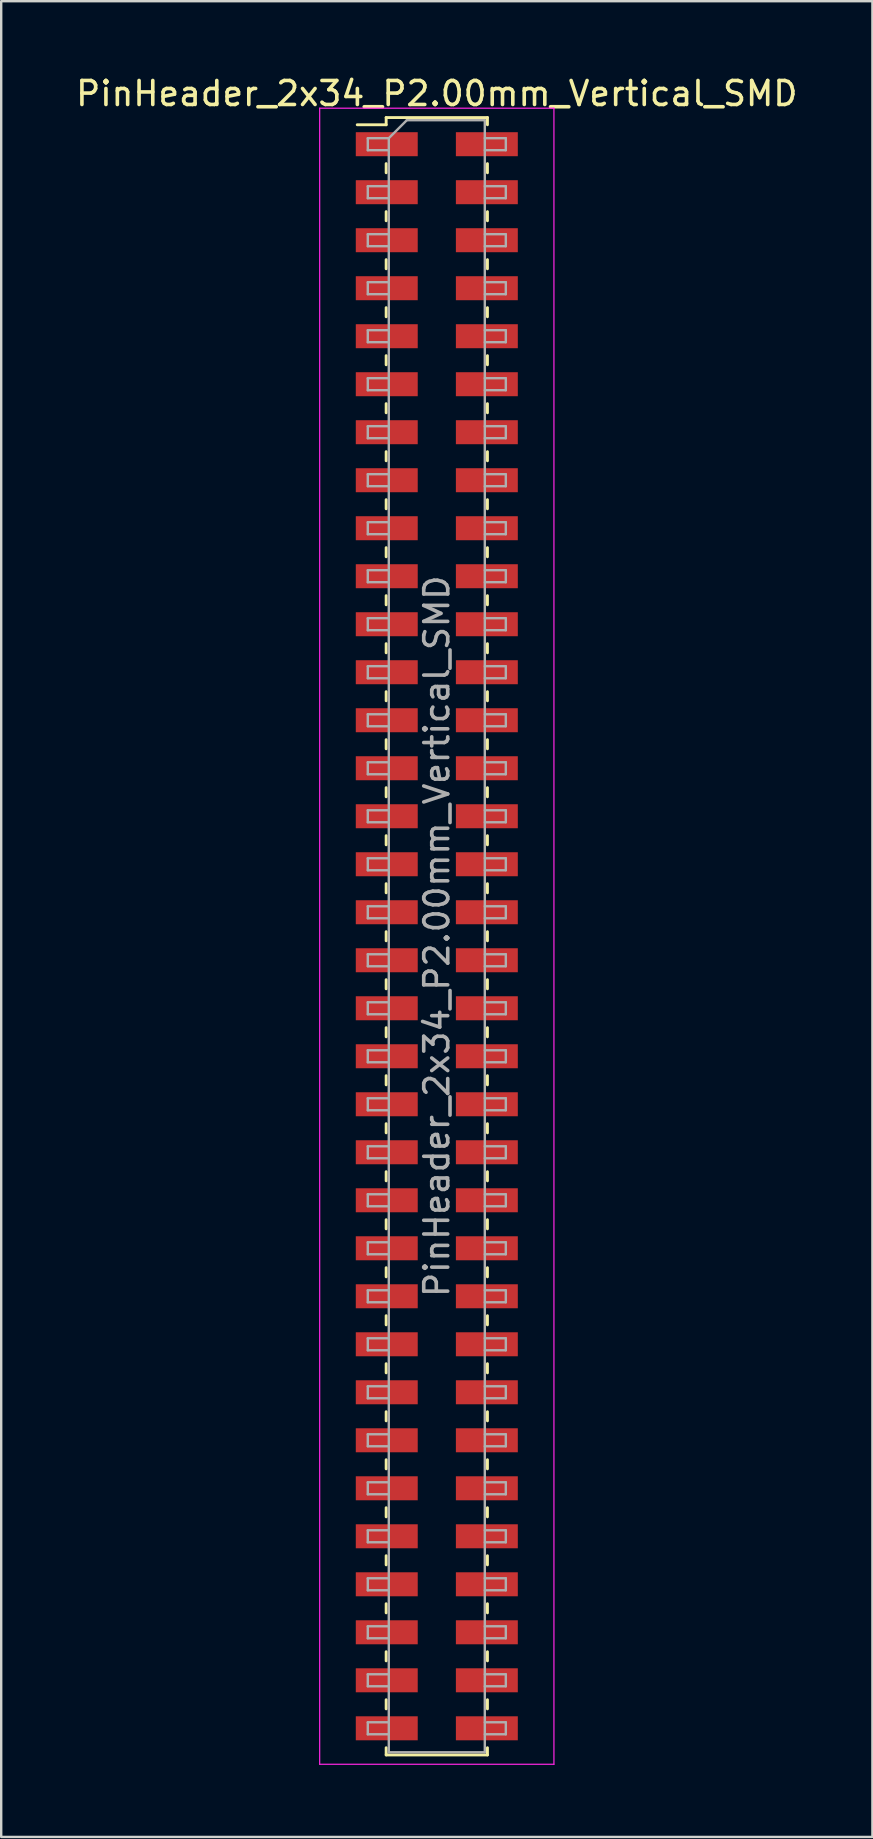
<source format=kicad_pcb>
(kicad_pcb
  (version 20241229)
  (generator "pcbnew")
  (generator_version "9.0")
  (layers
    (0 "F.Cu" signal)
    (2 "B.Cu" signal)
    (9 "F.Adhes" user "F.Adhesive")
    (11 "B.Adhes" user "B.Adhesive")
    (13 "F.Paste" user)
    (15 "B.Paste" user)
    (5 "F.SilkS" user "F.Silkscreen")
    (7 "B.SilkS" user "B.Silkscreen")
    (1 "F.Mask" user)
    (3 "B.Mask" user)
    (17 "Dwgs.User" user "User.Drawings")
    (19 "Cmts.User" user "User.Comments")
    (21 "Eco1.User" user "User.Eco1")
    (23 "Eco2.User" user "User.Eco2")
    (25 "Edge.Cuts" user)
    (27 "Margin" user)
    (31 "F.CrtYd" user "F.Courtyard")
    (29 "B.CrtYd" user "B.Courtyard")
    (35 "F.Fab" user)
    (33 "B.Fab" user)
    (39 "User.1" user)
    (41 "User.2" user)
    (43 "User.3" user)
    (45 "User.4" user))
  (footprint "PinHeader_2x34_P2.00mm_Vertical_SMD"
    (layer "F.Cu")
    (at 15.149 35.958)
    (property "Reference" "PinHeader_2x34_P2.00mm_Vertical_SMD" (at 0 -35.11 0) (layer "F.SilkS") (effects (font (size 1 1) (thickness 0.15))))
    (attr smd)
    (fp_line (start -3.315 -33.81) (end -2.11 -33.81) (stroke (width 0.12) (type solid)) (layer "F.SilkS"))
    (fp_line (start -2.11 -34.11) (end -2.11 -33.81) (stroke (width 0.12) (type solid)) (layer "F.SilkS"))
    (fp_line (start -2.11 -34.11) (end 2.11 -34.11) (stroke (width 0.12) (type solid)) (layer "F.SilkS"))
    (fp_line (start -2.11 -32.19) (end -2.11 -31.81) (stroke (width 0.12) (type solid)) (layer "F.SilkS"))
    (fp_line (start -2.11 -30.19) (end -2.11 -29.81) (stroke (width 0.12) (type solid)) (layer "F.SilkS"))
    (fp_line (start -2.11 -28.19) (end -2.11 -27.81) (stroke (width 0.12) (type solid)) (layer "F.SilkS"))
    (fp_line (start -2.11 -26.19) (end -2.11 -25.81) (stroke (width 0.12) (type solid)) (layer "F.SilkS"))
    (fp_line (start -2.11 -24.19) (end -2.11 -23.81) (stroke (width 0.12) (type solid)) (layer "F.SilkS"))
    (fp_line (start -2.11 -22.19) (end -2.11 -21.81) (stroke (width 0.12) (type solid)) (layer "F.SilkS"))
    (fp_line (start -2.11 -20.19) (end -2.11 -19.81) (stroke (width 0.12) (type solid)) (layer "F.SilkS"))
    (fp_line (start -2.11 -18.19) (end -2.11 -17.81) (stroke (width 0.12) (type solid)) (layer "F.SilkS"))
    (fp_line (start -2.11 -16.19) (end -2.11 -15.81) (stroke (width 0.12) (type solid)) (layer "F.SilkS"))
    (fp_line (start -2.11 -14.19) (end -2.11 -13.81) (stroke (width 0.12) (type solid)) (layer "F.SilkS"))
    (fp_line (start -2.11 -12.19) (end -2.11 -11.81) (stroke (width 0.12) (type solid)) (layer "F.SilkS"))
    (fp_line (start -2.11 -10.19) (end -2.11 -9.81) (stroke (width 0.12) (type solid)) (layer "F.SilkS"))
    (fp_line (start -2.11 -8.19) (end -2.11 -7.81) (stroke (width 0.12) (type solid)) (layer "F.SilkS"))
    (fp_line (start -2.11 -6.19) (end -2.11 -5.81) (stroke (width 0.12) (type solid)) (layer "F.SilkS"))
    (fp_line (start -2.11 -4.19) (end -2.11 -3.81) (stroke (width 0.12) (type solid)) (layer "F.SilkS"))
    (fp_line (start -2.11 -2.19) (end -2.11 -1.81) (stroke (width 0.12) (type solid)) (layer "F.SilkS"))
    (fp_line (start -2.11 -0.19) (end -2.11 0.19) (stroke (width 0.12) (type solid)) (layer "F.SilkS"))
    (fp_line (start -2.11 1.81) (end -2.11 2.19) (stroke (width 0.12) (type solid)) (layer "F.SilkS"))
    (fp_line (start -2.11 3.81) (end -2.11 4.19) (stroke (width 0.12) (type solid)) (layer "F.SilkS"))
    (fp_line (start -2.11 5.81) (end -2.11 6.19) (stroke (width 0.12) (type solid)) (layer "F.SilkS"))
    (fp_line (start -2.11 7.81) (end -2.11 8.19) (stroke (width 0.12) (type solid)) (layer "F.SilkS"))
    (fp_line (start -2.11 9.81) (end -2.11 10.19) (stroke (width 0.12) (type solid)) (layer "F.SilkS"))
    (fp_line (start -2.11 11.81) (end -2.11 12.19) (stroke (width 0.12) (type solid)) (layer "F.SilkS"))
    (fp_line (start -2.11 13.81) (end -2.11 14.19) (stroke (width 0.12) (type solid)) (layer "F.SilkS"))
    (fp_line (start -2.11 15.81) (end -2.11 16.19) (stroke (width 0.12) (type solid)) (layer "F.SilkS"))
    (fp_line (start -2.11 17.81) (end -2.11 18.19) (stroke (width 0.12) (type solid)) (layer "F.SilkS"))
    (fp_line (start -2.11 19.81) (end -2.11 20.19) (stroke (width 0.12) (type solid)) (layer "F.SilkS"))
    (fp_line (start -2.11 21.81) (end -2.11 22.19) (stroke (width 0.12) (type solid)) (layer "F.SilkS"))
    (fp_line (start -2.11 23.81) (end -2.11 24.19) (stroke (width 0.12) (type solid)) (layer "F.SilkS"))
    (fp_line (start -2.11 25.81) (end -2.11 26.19) (stroke (width 0.12) (type solid)) (layer "F.SilkS"))
    (fp_line (start -2.11 27.81) (end -2.11 28.19) (stroke (width 0.12) (type solid)) (layer "F.SilkS"))
    (fp_line (start -2.11 29.81) (end -2.11 30.19) (stroke (width 0.12) (type solid)) (layer "F.SilkS"))
    (fp_line (start -2.11 31.81) (end -2.11 32.19) (stroke (width 0.12) (type solid)) (layer "F.SilkS"))
    (fp_line (start -2.11 33.81) (end -2.11 34.11) (stroke (width 0.12) (type solid)) (layer "F.SilkS"))
    (fp_line (start -2.11 34.11) (end 2.11 34.11) (stroke (width 0.12) (type solid)) (layer "F.SilkS"))
    (fp_line (start 2.11 -34.11) (end 2.11 -33.81) (stroke (width 0.12) (type solid)) (layer "F.SilkS"))
    (fp_line (start 2.11 -32.19) (end 2.11 -31.81) (stroke (width 0.12) (type solid)) (layer "F.SilkS"))
    (fp_line (start 2.11 -30.19) (end 2.11 -29.81) (stroke (width 0.12) (type solid)) (layer "F.SilkS"))
    (fp_line (start 2.11 -28.19) (end 2.11 -27.81) (stroke (width 0.12) (type solid)) (layer "F.SilkS"))
    (fp_line (start 2.11 -26.19) (end 2.11 -25.81) (stroke (width 0.12) (type solid)) (layer "F.SilkS"))
    (fp_line (start 2.11 -24.19) (end 2.11 -23.81) (stroke (width 0.12) (type solid)) (layer "F.SilkS"))
    (fp_line (start 2.11 -22.19) (end 2.11 -21.81) (stroke (width 0.12) (type solid)) (layer "F.SilkS"))
    (fp_line (start 2.11 -20.19) (end 2.11 -19.81) (stroke (width 0.12) (type solid)) (layer "F.SilkS"))
    (fp_line (start 2.11 -18.19) (end 2.11 -17.81) (stroke (width 0.12) (type solid)) (layer "F.SilkS"))
    (fp_line (start 2.11 -16.19) (end 2.11 -15.81) (stroke (width 0.12) (type solid)) (layer "F.SilkS"))
    (fp_line (start 2.11 -14.19) (end 2.11 -13.81) (stroke (width 0.12) (type solid)) (layer "F.SilkS"))
    (fp_line (start 2.11 -12.19) (end 2.11 -11.81) (stroke (width 0.12) (type solid)) (layer "F.SilkS"))
    (fp_line (start 2.11 -10.19) (end 2.11 -9.81) (stroke (width 0.12) (type solid)) (layer "F.SilkS"))
    (fp_line (start 2.11 -8.19) (end 2.11 -7.81) (stroke (width 0.12) (type solid)) (layer "F.SilkS"))
    (fp_line (start 2.11 -6.19) (end 2.11 -5.81) (stroke (width 0.12) (type solid)) (layer "F.SilkS"))
    (fp_line (start 2.11 -4.19) (end 2.11 -3.81) (stroke (width 0.12) (type solid)) (layer "F.SilkS"))
    (fp_line (start 2.11 -2.19) (end 2.11 -1.81) (stroke (width 0.12) (type solid)) (layer "F.SilkS"))
    (fp_line (start 2.11 -0.19) (end 2.11 0.19) (stroke (width 0.12) (type solid)) (layer "F.SilkS"))
    (fp_line (start 2.11 1.81) (end 2.11 2.19) (stroke (width 0.12) (type solid)) (layer "F.SilkS"))
    (fp_line (start 2.11 3.81) (end 2.11 4.19) (stroke (width 0.12) (type solid)) (layer "F.SilkS"))
    (fp_line (start 2.11 5.81) (end 2.11 6.19) (stroke (width 0.12) (type solid)) (layer "F.SilkS"))
    (fp_line (start 2.11 7.81) (end 2.11 8.19) (stroke (width 0.12) (type solid)) (layer "F.SilkS"))
    (fp_line (start 2.11 9.81) (end 2.11 10.19) (stroke (width 0.12) (type solid)) (layer "F.SilkS"))
    (fp_line (start 2.11 11.81) (end 2.11 12.19) (stroke (width 0.12) (type solid)) (layer "F.SilkS"))
    (fp_line (start 2.11 13.81) (end 2.11 14.19) (stroke (width 0.12) (type solid)) (layer "F.SilkS"))
    (fp_line (start 2.11 15.81) (end 2.11 16.19) (stroke (width 0.12) (type solid)) (layer "F.SilkS"))
    (fp_line (start 2.11 17.81) (end 2.11 18.19) (stroke (width 0.12) (type solid)) (layer "F.SilkS"))
    (fp_line (start 2.11 19.81) (end 2.11 20.19) (stroke (width 0.12) (type solid)) (layer "F.SilkS"))
    (fp_line (start 2.11 21.81) (end 2.11 22.19) (stroke (width 0.12) (type solid)) (layer "F.SilkS"))
    (fp_line (start 2.11 23.81) (end 2.11 24.19) (stroke (width 0.12) (type solid)) (layer "F.SilkS"))
    (fp_line (start 2.11 25.81) (end 2.11 26.19) (stroke (width 0.12) (type solid)) (layer "F.SilkS"))
    (fp_line (start 2.11 27.81) (end 2.11 28.19) (stroke (width 0.12) (type solid)) (layer "F.SilkS"))
    (fp_line (start 2.11 29.81) (end 2.11 30.19) (stroke (width 0.12) (type solid)) (layer "F.SilkS"))
    (fp_line (start 2.11 31.81) (end 2.11 32.19) (stroke (width 0.12) (type solid)) (layer "F.SilkS"))
    (fp_line (start 2.11 33.81) (end 2.11 34.11) (stroke (width 0.12) (type solid)) (layer "F.SilkS"))
    (fp_line (start -4.88 -34.5) (end -4.88 34.5) (stroke (width 0.05) (type solid)) (layer "F.CrtYd"))
    (fp_line (start -4.88 34.5) (end 4.88 34.5) (stroke (width 0.05) (type solid)) (layer "F.CrtYd"))
    (fp_line (start 4.88 -34.5) (end -4.88 -34.5) (stroke (width 0.05) (type solid)) (layer "F.CrtYd"))
    (fp_line (start 4.88 34.5) (end 4.88 -34.5) (stroke (width 0.05) (type solid)) (layer "F.CrtYd"))
    (fp_line (start -2.875 -33.25) (end -2.875 -32.75) (stroke (width 0.1) (type solid)) (layer "F.Fab"))
    (fp_line (start -2.875 -32.75) (end -2 -32.75) (stroke (width 0.1) (type solid)) (layer "F.Fab"))
    (fp_line (start -2.875 -31.25) (end -2.875 -30.75) (stroke (width 0.1) (type solid)) (layer "F.Fab"))
    (fp_line (start -2.875 -30.75) (end -2 -30.75) (stroke (width 0.1) (type solid)) (layer "F.Fab"))
    (fp_line (start -2.875 -29.25) (end -2.875 -28.75) (stroke (width 0.1) (type solid)) (layer "F.Fab"))
    (fp_line (start -2.875 -28.75) (end -2 -28.75) (stroke (width 0.1) (type solid)) (layer "F.Fab"))
    (fp_line (start -2.875 -27.25) (end -2.875 -26.75) (stroke (width 0.1) (type solid)) (layer "F.Fab"))
    (fp_line (start -2.875 -26.75) (end -2 -26.75) (stroke (width 0.1) (type solid)) (layer "F.Fab"))
    (fp_line (start -2.875 -25.25) (end -2.875 -24.75) (stroke (width 0.1) (type solid)) (layer "F.Fab"))
    (fp_line (start -2.875 -24.75) (end -2 -24.75) (stroke (width 0.1) (type solid)) (layer "F.Fab"))
    (fp_line (start -2.875 -23.25) (end -2.875 -22.75) (stroke (width 0.1) (type solid)) (layer "F.Fab"))
    (fp_line (start -2.875 -22.75) (end -2 -22.75) (stroke (width 0.1) (type solid)) (layer "F.Fab"))
    (fp_line (start -2.875 -21.25) (end -2.875 -20.75) (stroke (width 0.1) (type solid)) (layer "F.Fab"))
    (fp_line (start -2.875 -20.75) (end -2 -20.75) (stroke (width 0.1) (type solid)) (layer "F.Fab"))
    (fp_line (start -2.875 -19.25) (end -2.875 -18.75) (stroke (width 0.1) (type solid)) (layer "F.Fab"))
    (fp_line (start -2.875 -18.75) (end -2 -18.75) (stroke (width 0.1) (type solid)) (layer "F.Fab"))
    (fp_line (start -2.875 -17.25) (end -2.875 -16.75) (stroke (width 0.1) (type solid)) (layer "F.Fab"))
    (fp_line (start -2.875 -16.75) (end -2 -16.75) (stroke (width 0.1) (type solid)) (layer "F.Fab"))
    (fp_line (start -2.875 -15.25) (end -2.875 -14.75) (stroke (width 0.1) (type solid)) (layer "F.Fab"))
    (fp_line (start -2.875 -14.75) (end -2 -14.75) (stroke (width 0.1) (type solid)) (layer "F.Fab"))
    (fp_line (start -2.875 -13.25) (end -2.875 -12.75) (stroke (width 0.1) (type solid)) (layer "F.Fab"))
    (fp_line (start -2.875 -12.75) (end -2 -12.75) (stroke (width 0.1) (type solid)) (layer "F.Fab"))
    (fp_line (start -2.875 -11.25) (end -2.875 -10.75) (stroke (width 0.1) (type solid)) (layer "F.Fab"))
    (fp_line (start -2.875 -10.75) (end -2 -10.75) (stroke (width 0.1) (type solid)) (layer "F.Fab"))
    (fp_line (start -2.875 -9.25) (end -2.875 -8.75) (stroke (width 0.1) (type solid)) (layer "F.Fab"))
    (fp_line (start -2.875 -8.75) (end -2 -8.75) (stroke (width 0.1) (type solid)) (layer "F.Fab"))
    (fp_line (start -2.875 -7.25) (end -2.875 -6.75) (stroke (width 0.1) (type solid)) (layer "F.Fab"))
    (fp_line (start -2.875 -6.75) (end -2 -6.75) (stroke (width 0.1) (type solid)) (layer "F.Fab"))
    (fp_line (start -2.875 -5.25) (end -2.875 -4.75) (stroke (width 0.1) (type solid)) (layer "F.Fab"))
    (fp_line (start -2.875 -4.75) (end -2 -4.75) (stroke (width 0.1) (type solid)) (layer "F.Fab"))
    (fp_line (start -2.875 -3.25) (end -2.875 -2.75) (stroke (width 0.1) (type solid)) (layer "F.Fab"))
    (fp_line (start -2.875 -2.75) (end -2 -2.75) (stroke (width 0.1) (type solid)) (layer "F.Fab"))
    (fp_line (start -2.875 -1.25) (end -2.875 -0.75) (stroke (width 0.1) (type solid)) (layer "F.Fab"))
    (fp_line (start -2.875 -0.75) (end -2 -0.75) (stroke (width 0.1) (type solid)) (layer "F.Fab"))
    (fp_line (start -2.875 0.75) (end -2.875 1.25) (stroke (width 0.1) (type solid)) (layer "F.Fab"))
    (fp_line (start -2.875 1.25) (end -2 1.25) (stroke (width 0.1) (type solid)) (layer "F.Fab"))
    (fp_line (start -2.875 2.75) (end -2.875 3.25) (stroke (width 0.1) (type solid)) (layer "F.Fab"))
    (fp_line (start -2.875 3.25) (end -2 3.25) (stroke (width 0.1) (type solid)) (layer "F.Fab"))
    (fp_line (start -2.875 4.75) (end -2.875 5.25) (stroke (width 0.1) (type solid)) (layer "F.Fab"))
    (fp_line (start -2.875 5.25) (end -2 5.25) (stroke (width 0.1) (type solid)) (layer "F.Fab"))
    (fp_line (start -2.875 6.75) (end -2.875 7.25) (stroke (width 0.1) (type solid)) (layer "F.Fab"))
    (fp_line (start -2.875 7.25) (end -2 7.25) (stroke (width 0.1) (type solid)) (layer "F.Fab"))
    (fp_line (start -2.875 8.75) (end -2.875 9.25) (stroke (width 0.1) (type solid)) (layer "F.Fab"))
    (fp_line (start -2.875 9.25) (end -2 9.25) (stroke (width 0.1) (type solid)) (layer "F.Fab"))
    (fp_line (start -2.875 10.75) (end -2.875 11.25) (stroke (width 0.1) (type solid)) (layer "F.Fab"))
    (fp_line (start -2.875 11.25) (end -2 11.25) (stroke (width 0.1) (type solid)) (layer "F.Fab"))
    (fp_line (start -2.875 12.75) (end -2.875 13.25) (stroke (width 0.1) (type solid)) (layer "F.Fab"))
    (fp_line (start -2.875 13.25) (end -2 13.25) (stroke (width 0.1) (type solid)) (layer "F.Fab"))
    (fp_line (start -2.875 14.75) (end -2.875 15.25) (stroke (width 0.1) (type solid)) (layer "F.Fab"))
    (fp_line (start -2.875 15.25) (end -2 15.25) (stroke (width 0.1) (type solid)) (layer "F.Fab"))
    (fp_line (start -2.875 16.75) (end -2.875 17.25) (stroke (width 0.1) (type solid)) (layer "F.Fab"))
    (fp_line (start -2.875 17.25) (end -2 17.25) (stroke (width 0.1) (type solid)) (layer "F.Fab"))
    (fp_line (start -2.875 18.75) (end -2.875 19.25) (stroke (width 0.1) (type solid)) (layer "F.Fab"))
    (fp_line (start -2.875 19.25) (end -2 19.25) (stroke (width 0.1) (type solid)) (layer "F.Fab"))
    (fp_line (start -2.875 20.75) (end -2.875 21.25) (stroke (width 0.1) (type solid)) (layer "F.Fab"))
    (fp_line (start -2.875 21.25) (end -2 21.25) (stroke (width 0.1) (type solid)) (layer "F.Fab"))
    (fp_line (start -2.875 22.75) (end -2.875 23.25) (stroke (width 0.1) (type solid)) (layer "F.Fab"))
    (fp_line (start -2.875 23.25) (end -2 23.25) (stroke (width 0.1) (type solid)) (layer "F.Fab"))
    (fp_line (start -2.875 24.75) (end -2.875 25.25) (stroke (width 0.1) (type solid)) (layer "F.Fab"))
    (fp_line (start -2.875 25.25) (end -2 25.25) (stroke (width 0.1) (type solid)) (layer "F.Fab"))
    (fp_line (start -2.875 26.75) (end -2.875 27.25) (stroke (width 0.1) (type solid)) (layer "F.Fab"))
    (fp_line (start -2.875 27.25) (end -2 27.25) (stroke (width 0.1) (type solid)) (layer "F.Fab"))
    (fp_line (start -2.875 28.75) (end -2.875 29.25) (stroke (width 0.1) (type solid)) (layer "F.Fab"))
    (fp_line (start -2.875 29.25) (end -2 29.25) (stroke (width 0.1) (type solid)) (layer "F.Fab"))
    (fp_line (start -2.875 30.75) (end -2.875 31.25) (stroke (width 0.1) (type solid)) (layer "F.Fab"))
    (fp_line (start -2.875 31.25) (end -2 31.25) (stroke (width 0.1) (type solid)) (layer "F.Fab"))
    (fp_line (start -2.875 32.75) (end -2.875 33.25) (stroke (width 0.1) (type solid)) (layer "F.Fab"))
    (fp_line (start -2.875 33.25) (end -2 33.25) (stroke (width 0.1) (type solid)) (layer "F.Fab"))
    (fp_line (start -2 -33.25) (end -2.875 -33.25) (stroke (width 0.1) (type solid)) (layer "F.Fab"))
    (fp_line (start -2 -33.25) (end -1.25 -34) (stroke (width 0.1) (type solid)) (layer "F.Fab"))
    (fp_line (start -2 -31.25) (end -2.875 -31.25) (stroke (width 0.1) (type solid)) (layer "F.Fab"))
    (fp_line (start -2 -29.25) (end -2.875 -29.25) (stroke (width 0.1) (type solid)) (layer "F.Fab"))
    (fp_line (start -2 -27.25) (end -2.875 -27.25) (stroke (width 0.1) (type solid)) (layer "F.Fab"))
    (fp_line (start -2 -25.25) (end -2.875 -25.25) (stroke (width 0.1) (type solid)) (layer "F.Fab"))
    (fp_line (start -2 -23.25) (end -2.875 -23.25) (stroke (width 0.1) (type solid)) (layer "F.Fab"))
    (fp_line (start -2 -21.25) (end -2.875 -21.25) (stroke (width 0.1) (type solid)) (layer "F.Fab"))
    (fp_line (start -2 -19.25) (end -2.875 -19.25) (stroke (width 0.1) (type solid)) (layer "F.Fab"))
    (fp_line (start -2 -17.25) (end -2.875 -17.25) (stroke (width 0.1) (type solid)) (layer "F.Fab"))
    (fp_line (start -2 -15.25) (end -2.875 -15.25) (stroke (width 0.1) (type solid)) (layer "F.Fab"))
    (fp_line (start -2 -13.25) (end -2.875 -13.25) (stroke (width 0.1) (type solid)) (layer "F.Fab"))
    (fp_line (start -2 -11.25) (end -2.875 -11.25) (stroke (width 0.1) (type solid)) (layer "F.Fab"))
    (fp_line (start -2 -9.25) (end -2.875 -9.25) (stroke (width 0.1) (type solid)) (layer "F.Fab"))
    (fp_line (start -2 -7.25) (end -2.875 -7.25) (stroke (width 0.1) (type solid)) (layer "F.Fab"))
    (fp_line (start -2 -5.25) (end -2.875 -5.25) (stroke (width 0.1) (type solid)) (layer "F.Fab"))
    (fp_line (start -2 -3.25) (end -2.875 -3.25) (stroke (width 0.1) (type solid)) (layer "F.Fab"))
    (fp_line (start -2 -1.25) (end -2.875 -1.25) (stroke (width 0.1) (type solid)) (layer "F.Fab"))
    (fp_line (start -2 0.75) (end -2.875 0.75) (stroke (width 0.1) (type solid)) (layer "F.Fab"))
    (fp_line (start -2 2.75) (end -2.875 2.75) (stroke (width 0.1) (type solid)) (layer "F.Fab"))
    (fp_line (start -2 4.75) (end -2.875 4.75) (stroke (width 0.1) (type solid)) (layer "F.Fab"))
    (fp_line (start -2 6.75) (end -2.875 6.75) (stroke (width 0.1) (type solid)) (layer "F.Fab"))
    (fp_line (start -2 8.75) (end -2.875 8.75) (stroke (width 0.1) (type solid)) (layer "F.Fab"))
    (fp_line (start -2 10.75) (end -2.875 10.75) (stroke (width 0.1) (type solid)) (layer "F.Fab"))
    (fp_line (start -2 12.75) (end -2.875 12.75) (stroke (width 0.1) (type solid)) (layer "F.Fab"))
    (fp_line (start -2 14.75) (end -2.875 14.75) (stroke (width 0.1) (type solid)) (layer "F.Fab"))
    (fp_line (start -2 16.75) (end -2.875 16.75) (stroke (width 0.1) (type solid)) (layer "F.Fab"))
    (fp_line (start -2 18.75) (end -2.875 18.75) (stroke (width 0.1) (type solid)) (layer "F.Fab"))
    (fp_line (start -2 20.75) (end -2.875 20.75) (stroke (width 0.1) (type solid)) (layer "F.Fab"))
    (fp_line (start -2 22.75) (end -2.875 22.75) (stroke (width 0.1) (type solid)) (layer "F.Fab"))
    (fp_line (start -2 24.75) (end -2.875 24.75) (stroke (width 0.1) (type solid)) (layer "F.Fab"))
    (fp_line (start -2 26.75) (end -2.875 26.75) (stroke (width 0.1) (type solid)) (layer "F.Fab"))
    (fp_line (start -2 28.75) (end -2.875 28.75) (stroke (width 0.1) (type solid)) (layer "F.Fab"))
    (fp_line (start -2 30.75) (end -2.875 30.75) (stroke (width 0.1) (type solid)) (layer "F.Fab"))
    (fp_line (start -2 32.75) (end -2.875 32.75) (stroke (width 0.1) (type solid)) (layer "F.Fab"))
    (fp_line (start -2 34) (end -2 -33.25) (stroke (width 0.1) (type solid)) (layer "F.Fab"))
    (fp_line (start -1.25 -34) (end 2 -34) (stroke (width 0.1) (type solid)) (layer "F.Fab"))
    (fp_line (start 2 -34) (end 2 34) (stroke (width 0.1) (type solid)) (layer "F.Fab"))
    (fp_line (start 2 -33.25) (end 2.875 -33.25) (stroke (width 0.1) (type solid)) (layer "F.Fab"))
    (fp_line (start 2 -31.25) (end 2.875 -31.25) (stroke (width 0.1) (type solid)) (layer "F.Fab"))
    (fp_line (start 2 -29.25) (end 2.875 -29.25) (stroke (width 0.1) (type solid)) (layer "F.Fab"))
    (fp_line (start 2 -27.25) (end 2.875 -27.25) (stroke (width 0.1) (type solid)) (layer "F.Fab"))
    (fp_line (start 2 -25.25) (end 2.875 -25.25) (stroke (width 0.1) (type solid)) (layer "F.Fab"))
    (fp_line (start 2 -23.25) (end 2.875 -23.25) (stroke (width 0.1) (type solid)) (layer "F.Fab"))
    (fp_line (start 2 -21.25) (end 2.875 -21.25) (stroke (width 0.1) (type solid)) (layer "F.Fab"))
    (fp_line (start 2 -19.25) (end 2.875 -19.25) (stroke (width 0.1) (type solid)) (layer "F.Fab"))
    (fp_line (start 2 -17.25) (end 2.875 -17.25) (stroke (width 0.1) (type solid)) (layer "F.Fab"))
    (fp_line (start 2 -15.25) (end 2.875 -15.25) (stroke (width 0.1) (type solid)) (layer "F.Fab"))
    (fp_line (start 2 -13.25) (end 2.875 -13.25) (stroke (width 0.1) (type solid)) (layer "F.Fab"))
    (fp_line (start 2 -11.25) (end 2.875 -11.25) (stroke (width 0.1) (type solid)) (layer "F.Fab"))
    (fp_line (start 2 -9.25) (end 2.875 -9.25) (stroke (width 0.1) (type solid)) (layer "F.Fab"))
    (fp_line (start 2 -7.25) (end 2.875 -7.25) (stroke (width 0.1) (type solid)) (layer "F.Fab"))
    (fp_line (start 2 -5.25) (end 2.875 -5.25) (stroke (width 0.1) (type solid)) (layer "F.Fab"))
    (fp_line (start 2 -3.25) (end 2.875 -3.25) (stroke (width 0.1) (type solid)) (layer "F.Fab"))
    (fp_line (start 2 -1.25) (end 2.875 -1.25) (stroke (width 0.1) (type solid)) (layer "F.Fab"))
    (fp_line (start 2 0.75) (end 2.875 0.75) (stroke (width 0.1) (type solid)) (layer "F.Fab"))
    (fp_line (start 2 2.75) (end 2.875 2.75) (stroke (width 0.1) (type solid)) (layer "F.Fab"))
    (fp_line (start 2 4.75) (end 2.875 4.75) (stroke (width 0.1) (type solid)) (layer "F.Fab"))
    (fp_line (start 2 6.75) (end 2.875 6.75) (stroke (width 0.1) (type solid)) (layer "F.Fab"))
    (fp_line (start 2 8.75) (end 2.875 8.75) (stroke (width 0.1) (type solid)) (layer "F.Fab"))
    (fp_line (start 2 10.75) (end 2.875 10.75) (stroke (width 0.1) (type solid)) (layer "F.Fab"))
    (fp_line (start 2 12.75) (end 2.875 12.75) (stroke (width 0.1) (type solid)) (layer "F.Fab"))
    (fp_line (start 2 14.75) (end 2.875 14.75) (stroke (width 0.1) (type solid)) (layer "F.Fab"))
    (fp_line (start 2 16.75) (end 2.875 16.75) (stroke (width 0.1) (type solid)) (layer "F.Fab"))
    (fp_line (start 2 18.75) (end 2.875 18.75) (stroke (width 0.1) (type solid)) (layer "F.Fab"))
    (fp_line (start 2 20.75) (end 2.875 20.75) (stroke (width 0.1) (type solid)) (layer "F.Fab"))
    (fp_line (start 2 22.75) (end 2.875 22.75) (stroke (width 0.1) (type solid)) (layer "F.Fab"))
    (fp_line (start 2 24.75) (end 2.875 24.75) (stroke (width 0.1) (type solid)) (layer "F.Fab"))
    (fp_line (start 2 26.75) (end 2.875 26.75) (stroke (width 0.1) (type solid)) (layer "F.Fab"))
    (fp_line (start 2 28.75) (end 2.875 28.75) (stroke (width 0.1) (type solid)) (layer "F.Fab"))
    (fp_line (start 2 30.75) (end 2.875 30.75) (stroke (width 0.1) (type solid)) (layer "F.Fab"))
    (fp_line (start 2 32.75) (end 2.875 32.75) (stroke (width 0.1) (type solid)) (layer "F.Fab"))
    (fp_line (start 2 34) (end -2 34) (stroke (width 0.1) (type solid)) (layer "F.Fab"))
    (fp_line (start 2.875 -33.25) (end 2.875 -32.75) (stroke (width 0.1) (type solid)) (layer "F.Fab"))
    (fp_line (start 2.875 -32.75) (end 2 -32.75) (stroke (width 0.1) (type solid)) (layer "F.Fab"))
    (fp_line (start 2.875 -31.25) (end 2.875 -30.75) (stroke (width 0.1) (type solid)) (layer "F.Fab"))
    (fp_line (start 2.875 -30.75) (end 2 -30.75) (stroke (width 0.1) (type solid)) (layer "F.Fab"))
    (fp_line (start 2.875 -29.25) (end 2.875 -28.75) (stroke (width 0.1) (type solid)) (layer "F.Fab"))
    (fp_line (start 2.875 -28.75) (end 2 -28.75) (stroke (width 0.1) (type solid)) (layer "F.Fab"))
    (fp_line (start 2.875 -27.25) (end 2.875 -26.75) (stroke (width 0.1) (type solid)) (layer "F.Fab"))
    (fp_line (start 2.875 -26.75) (end 2 -26.75) (stroke (width 0.1) (type solid)) (layer "F.Fab"))
    (fp_line (start 2.875 -25.25) (end 2.875 -24.75) (stroke (width 0.1) (type solid)) (layer "F.Fab"))
    (fp_line (start 2.875 -24.75) (end 2 -24.75) (stroke (width 0.1) (type solid)) (layer "F.Fab"))
    (fp_line (start 2.875 -23.25) (end 2.875 -22.75) (stroke (width 0.1) (type solid)) (layer "F.Fab"))
    (fp_line (start 2.875 -22.75) (end 2 -22.75) (stroke (width 0.1) (type solid)) (layer "F.Fab"))
    (fp_line (start 2.875 -21.25) (end 2.875 -20.75) (stroke (width 0.1) (type solid)) (layer "F.Fab"))
    (fp_line (start 2.875 -20.75) (end 2 -20.75) (stroke (width 0.1) (type solid)) (layer "F.Fab"))
    (fp_line (start 2.875 -19.25) (end 2.875 -18.75) (stroke (width 0.1) (type solid)) (layer "F.Fab"))
    (fp_line (start 2.875 -18.75) (end 2 -18.75) (stroke (width 0.1) (type solid)) (layer "F.Fab"))
    (fp_line (start 2.875 -17.25) (end 2.875 -16.75) (stroke (width 0.1) (type solid)) (layer "F.Fab"))
    (fp_line (start 2.875 -16.75) (end 2 -16.75) (stroke (width 0.1) (type solid)) (layer "F.Fab"))
    (fp_line (start 2.875 -15.25) (end 2.875 -14.75) (stroke (width 0.1) (type solid)) (layer "F.Fab"))
    (fp_line (start 2.875 -14.75) (end 2 -14.75) (stroke (width 0.1) (type solid)) (layer "F.Fab"))
    (fp_line (start 2.875 -13.25) (end 2.875 -12.75) (stroke (width 0.1) (type solid)) (layer "F.Fab"))
    (fp_line (start 2.875 -12.75) (end 2 -12.75) (stroke (width 0.1) (type solid)) (layer "F.Fab"))
    (fp_line (start 2.875 -11.25) (end 2.875 -10.75) (stroke (width 0.1) (type solid)) (layer "F.Fab"))
    (fp_line (start 2.875 -10.75) (end 2 -10.75) (stroke (width 0.1) (type solid)) (layer "F.Fab"))
    (fp_line (start 2.875 -9.25) (end 2.875 -8.75) (stroke (width 0.1) (type solid)) (layer "F.Fab"))
    (fp_line (start 2.875 -8.75) (end 2 -8.75) (stroke (width 0.1) (type solid)) (layer "F.Fab"))
    (fp_line (start 2.875 -7.25) (end 2.875 -6.75) (stroke (width 0.1) (type solid)) (layer "F.Fab"))
    (fp_line (start 2.875 -6.75) (end 2 -6.75) (stroke (width 0.1) (type solid)) (layer "F.Fab"))
    (fp_line (start 2.875 -5.25) (end 2.875 -4.75) (stroke (width 0.1) (type solid)) (layer "F.Fab"))
    (fp_line (start 2.875 -4.75) (end 2 -4.75) (stroke (width 0.1) (type solid)) (layer "F.Fab"))
    (fp_line (start 2.875 -3.25) (end 2.875 -2.75) (stroke (width 0.1) (type solid)) (layer "F.Fab"))
    (fp_line (start 2.875 -2.75) (end 2 -2.75) (stroke (width 0.1) (type solid)) (layer "F.Fab"))
    (fp_line (start 2.875 -1.25) (end 2.875 -0.75) (stroke (width 0.1) (type solid)) (layer "F.Fab"))
    (fp_line (start 2.875 -0.75) (end 2 -0.75) (stroke (width 0.1) (type solid)) (layer "F.Fab"))
    (fp_line (start 2.875 0.75) (end 2.875 1.25) (stroke (width 0.1) (type solid)) (layer "F.Fab"))
    (fp_line (start 2.875 1.25) (end 2 1.25) (stroke (width 0.1) (type solid)) (layer "F.Fab"))
    (fp_line (start 2.875 2.75) (end 2.875 3.25) (stroke (width 0.1) (type solid)) (layer "F.Fab"))
    (fp_line (start 2.875 3.25) (end 2 3.25) (stroke (width 0.1) (type solid)) (layer "F.Fab"))
    (fp_line (start 2.875 4.75) (end 2.875 5.25) (stroke (width 0.1) (type solid)) (layer "F.Fab"))
    (fp_line (start 2.875 5.25) (end 2 5.25) (stroke (width 0.1) (type solid)) (layer "F.Fab"))
    (fp_line (start 2.875 6.75) (end 2.875 7.25) (stroke (width 0.1) (type solid)) (layer "F.Fab"))
    (fp_line (start 2.875 7.25) (end 2 7.25) (stroke (width 0.1) (type solid)) (layer "F.Fab"))
    (fp_line (start 2.875 8.75) (end 2.875 9.25) (stroke (width 0.1) (type solid)) (layer "F.Fab"))
    (fp_line (start 2.875 9.25) (end 2 9.25) (stroke (width 0.1) (type solid)) (layer "F.Fab"))
    (fp_line (start 2.875 10.75) (end 2.875 11.25) (stroke (width 0.1) (type solid)) (layer "F.Fab"))
    (fp_line (start 2.875 11.25) (end 2 11.25) (stroke (width 0.1) (type solid)) (layer "F.Fab"))
    (fp_line (start 2.875 12.75) (end 2.875 13.25) (stroke (width 0.1) (type solid)) (layer "F.Fab"))
    (fp_line (start 2.875 13.25) (end 2 13.25) (stroke (width 0.1) (type solid)) (layer "F.Fab"))
    (fp_line (start 2.875 14.75) (end 2.875 15.25) (stroke (width 0.1) (type solid)) (layer "F.Fab"))
    (fp_line (start 2.875 15.25) (end 2 15.25) (stroke (width 0.1) (type solid)) (layer "F.Fab"))
    (fp_line (start 2.875 16.75) (end 2.875 17.25) (stroke (width 0.1) (type solid)) (layer "F.Fab"))
    (fp_line (start 2.875 17.25) (end 2 17.25) (stroke (width 0.1) (type solid)) (layer "F.Fab"))
    (fp_line (start 2.875 18.75) (end 2.875 19.25) (stroke (width 0.1) (type solid)) (layer "F.Fab"))
    (fp_line (start 2.875 19.25) (end 2 19.25) (stroke (width 0.1) (type solid)) (layer "F.Fab"))
    (fp_line (start 2.875 20.75) (end 2.875 21.25) (stroke (width 0.1) (type solid)) (layer "F.Fab"))
    (fp_line (start 2.875 21.25) (end 2 21.25) (stroke (width 0.1) (type solid)) (layer "F.Fab"))
    (fp_line (start 2.875 22.75) (end 2.875 23.25) (stroke (width 0.1) (type solid)) (layer "F.Fab"))
    (fp_line (start 2.875 23.25) (end 2 23.25) (stroke (width 0.1) (type solid)) (layer "F.Fab"))
    (fp_line (start 2.875 24.75) (end 2.875 25.25) (stroke (width 0.1) (type solid)) (layer "F.Fab"))
    (fp_line (start 2.875 25.25) (end 2 25.25) (stroke (width 0.1) (type solid)) (layer "F.Fab"))
    (fp_line (start 2.875 26.75) (end 2.875 27.25) (stroke (width 0.1) (type solid)) (layer "F.Fab"))
    (fp_line (start 2.875 27.25) (end 2 27.25) (stroke (width 0.1) (type solid)) (layer "F.Fab"))
    (fp_line (start 2.875 28.75) (end 2.875 29.25) (stroke (width 0.1) (type solid)) (layer "F.Fab"))
    (fp_line (start 2.875 29.25) (end 2 29.25) (stroke (width 0.1) (type solid)) (layer "F.Fab"))
    (fp_line (start 2.875 30.75) (end 2.875 31.25) (stroke (width 0.1) (type solid)) (layer "F.Fab"))
    (fp_line (start 2.875 31.25) (end 2 31.25) (stroke (width 0.1) (type solid)) (layer "F.Fab"))
    (fp_line (start 2.875 32.75) (end 2.875 33.25) (stroke (width 0.1) (type solid)) (layer "F.Fab"))
    (fp_line (start 2.875 33.25) (end 2 33.25) (stroke (width 0.1) (type solid)) (layer "F.Fab"))
    (fp_text user "${REFERENCE}" (at 0 0 90) (layer "F.Fab") (effects (font (size 1 1) (thickness 0.15))))
    (pad "1" smd rect (at -2.085 -33) (size 2.58 1) (layers "F.Cu" "F.Mask" "F.Paste"))
    (pad "2" smd rect (at 2.085 -33) (size 2.58 1) (layers "F.Cu" "F.Mask" "F.Paste"))
    (pad "3" smd rect (at -2.085 -31) (size 2.58 1) (layers "F.Cu" "F.Mask" "F.Paste"))
    (pad "4" smd rect (at 2.085 -31) (size 2.58 1) (layers "F.Cu" "F.Mask" "F.Paste"))
    (pad "5" smd rect (at -2.085 -29) (size 2.58 1) (layers "F.Cu" "F.Mask" "F.Paste"))
    (pad "6" smd rect (at 2.085 -29) (size 2.58 1) (layers "F.Cu" "F.Mask" "F.Paste"))
    (pad "7" smd rect (at -2.085 -27) (size 2.58 1) (layers "F.Cu" "F.Mask" "F.Paste"))
    (pad "8" smd rect (at 2.085 -27) (size 2.58 1) (layers "F.Cu" "F.Mask" "F.Paste"))
    (pad "9" smd rect (at -2.085 -25) (size 2.58 1) (layers "F.Cu" "F.Mask" "F.Paste"))
    (pad "10" smd rect (at 2.085 -25) (size 2.58 1) (layers "F.Cu" "F.Mask" "F.Paste"))
    (pad "11" smd rect (at -2.085 -23) (size 2.58 1) (layers "F.Cu" "F.Mask" "F.Paste"))
    (pad "12" smd rect (at 2.085 -23) (size 2.58 1) (layers "F.Cu" "F.Mask" "F.Paste"))
    (pad "13" smd rect (at -2.085 -21) (size 2.58 1) (layers "F.Cu" "F.Mask" "F.Paste"))
    (pad "14" smd rect (at 2.085 -21) (size 2.58 1) (layers "F.Cu" "F.Mask" "F.Paste"))
    (pad "15" smd rect (at -2.085 -19) (size 2.58 1) (layers "F.Cu" "F.Mask" "F.Paste"))
    (pad "16" smd rect (at 2.085 -19) (size 2.58 1) (layers "F.Cu" "F.Mask" "F.Paste"))
    (pad "17" smd rect (at -2.085 -17) (size 2.58 1) (layers "F.Cu" "F.Mask" "F.Paste"))
    (pad "18" smd rect (at 2.085 -17) (size 2.58 1) (layers "F.Cu" "F.Mask" "F.Paste"))
    (pad "19" smd rect (at -2.085 -15) (size 2.58 1) (layers "F.Cu" "F.Mask" "F.Paste"))
    (pad "20" smd rect (at 2.085 -15) (size 2.58 1) (layers "F.Cu" "F.Mask" "F.Paste"))
    (pad "21" smd rect (at -2.085 -13) (size 2.58 1) (layers "F.Cu" "F.Mask" "F.Paste"))
    (pad "22" smd rect (at 2.085 -13) (size 2.58 1) (layers "F.Cu" "F.Mask" "F.Paste"))
    (pad "23" smd rect (at -2.085 -11) (size 2.58 1) (layers "F.Cu" "F.Mask" "F.Paste"))
    (pad "24" smd rect (at 2.085 -11) (size 2.58 1) (layers "F.Cu" "F.Mask" "F.Paste"))
    (pad "25" smd rect (at -2.085 -9) (size 2.58 1) (layers "F.Cu" "F.Mask" "F.Paste"))
    (pad "26" smd rect (at 2.085 -9) (size 2.58 1) (layers "F.Cu" "F.Mask" "F.Paste"))
    (pad "27" smd rect (at -2.085 -7) (size 2.58 1) (layers "F.Cu" "F.Mask" "F.Paste"))
    (pad "28" smd rect (at 2.085 -7) (size 2.58 1) (layers "F.Cu" "F.Mask" "F.Paste"))
    (pad "29" smd rect (at -2.085 -5) (size 2.58 1) (layers "F.Cu" "F.Mask" "F.Paste"))
    (pad "30" smd rect (at 2.085 -5) (size 2.58 1) (layers "F.Cu" "F.Mask" "F.Paste"))
    (pad "31" smd rect (at -2.085 -3) (size 2.58 1) (layers "F.Cu" "F.Mask" "F.Paste"))
    (pad "32" smd rect (at 2.085 -3) (size 2.58 1) (layers "F.Cu" "F.Mask" "F.Paste"))
    (pad "33" smd rect (at -2.085 -1) (size 2.58 1) (layers "F.Cu" "F.Mask" "F.Paste"))
    (pad "34" smd rect (at 2.085 -1) (size 2.58 1) (layers "F.Cu" "F.Mask" "F.Paste"))
    (pad "35" smd rect (at -2.085 1) (size 2.58 1) (layers "F.Cu" "F.Mask" "F.Paste"))
    (pad "36" smd rect (at 2.085 1) (size 2.58 1) (layers "F.Cu" "F.Mask" "F.Paste"))
    (pad "37" smd rect (at -2.085 3) (size 2.58 1) (layers "F.Cu" "F.Mask" "F.Paste"))
    (pad "38" smd rect (at 2.085 3) (size 2.58 1) (layers "F.Cu" "F.Mask" "F.Paste"))
    (pad "39" smd rect (at -2.085 5) (size 2.58 1) (layers "F.Cu" "F.Mask" "F.Paste"))
    (pad "40" smd rect (at 2.085 5) (size 2.58 1) (layers "F.Cu" "F.Mask" "F.Paste"))
    (pad "41" smd rect (at -2.085 7) (size 2.58 1) (layers "F.Cu" "F.Mask" "F.Paste"))
    (pad "42" smd rect (at 2.085 7) (size 2.58 1) (layers "F.Cu" "F.Mask" "F.Paste"))
    (pad "43" smd rect (at -2.085 9) (size 2.58 1) (layers "F.Cu" "F.Mask" "F.Paste"))
    (pad "44" smd rect (at 2.085 9) (size 2.58 1) (layers "F.Cu" "F.Mask" "F.Paste"))
    (pad "45" smd rect (at -2.085 11) (size 2.58 1) (layers "F.Cu" "F.Mask" "F.Paste"))
    (pad "46" smd rect (at 2.085 11) (size 2.58 1) (layers "F.Cu" "F.Mask" "F.Paste"))
    (pad "47" smd rect (at -2.085 13) (size 2.58 1) (layers "F.Cu" "F.Mask" "F.Paste"))
    (pad "48" smd rect (at 2.085 13) (size 2.58 1) (layers "F.Cu" "F.Mask" "F.Paste"))
    (pad "49" smd rect (at -2.085 15) (size 2.58 1) (layers "F.Cu" "F.Mask" "F.Paste"))
    (pad "50" smd rect (at 2.085 15) (size 2.58 1) (layers "F.Cu" "F.Mask" "F.Paste"))
    (pad "51" smd rect (at -2.085 17) (size 2.58 1) (layers "F.Cu" "F.Mask" "F.Paste"))
    (pad "52" smd rect (at 2.085 17) (size 2.58 1) (layers "F.Cu" "F.Mask" "F.Paste"))
    (pad "53" smd rect (at -2.085 19) (size 2.58 1) (layers "F.Cu" "F.Mask" "F.Paste"))
    (pad "54" smd rect (at 2.085 19) (size 2.58 1) (layers "F.Cu" "F.Mask" "F.Paste"))
    (pad "55" smd rect (at -2.085 21) (size 2.58 1) (layers "F.Cu" "F.Mask" "F.Paste"))
    (pad "56" smd rect (at 2.085 21) (size 2.58 1) (layers "F.Cu" "F.Mask" "F.Paste"))
    (pad "57" smd rect (at -2.085 23) (size 2.58 1) (layers "F.Cu" "F.Mask" "F.Paste"))
    (pad "58" smd rect (at 2.085 23) (size 2.58 1) (layers "F.Cu" "F.Mask" "F.Paste"))
    (pad "59" smd rect (at -2.085 25) (size 2.58 1) (layers "F.Cu" "F.Mask" "F.Paste"))
    (pad "60" smd rect (at 2.085 25) (size 2.58 1) (layers "F.Cu" "F.Mask" "F.Paste"))
    (pad "61" smd rect (at -2.085 27) (size 2.58 1) (layers "F.Cu" "F.Mask" "F.Paste"))
    (pad "62" smd rect (at 2.085 27) (size 2.58 1) (layers "F.Cu" "F.Mask" "F.Paste"))
    (pad "63" smd rect (at -2.085 29) (size 2.58 1) (layers "F.Cu" "F.Mask" "F.Paste"))
    (pad "64" smd rect (at 2.085 29) (size 2.58 1) (layers "F.Cu" "F.Mask" "F.Paste"))
    (pad "65" smd rect (at -2.085 31) (size 2.58 1) (layers "F.Cu" "F.Mask" "F.Paste"))
    (pad "66" smd rect (at 2.085 31) (size 2.58 1) (layers "F.Cu" "F.Mask" "F.Paste"))
    (pad "67" smd rect (at -2.085 33) (size 2.58 1) (layers "F.Cu" "F.Mask" "F.Paste"))
    (pad "68" smd rect (at 2.085 33) (size 2.58 1) (layers "F.Cu" "F.Mask" "F.Paste")))
  (gr_rect
    (start -3 -3)
    (end 33.298 73.483)
    (stroke (width 0.1) (type default))
    (fill no)
    (layer "Edge.Cuts")))
</source>
